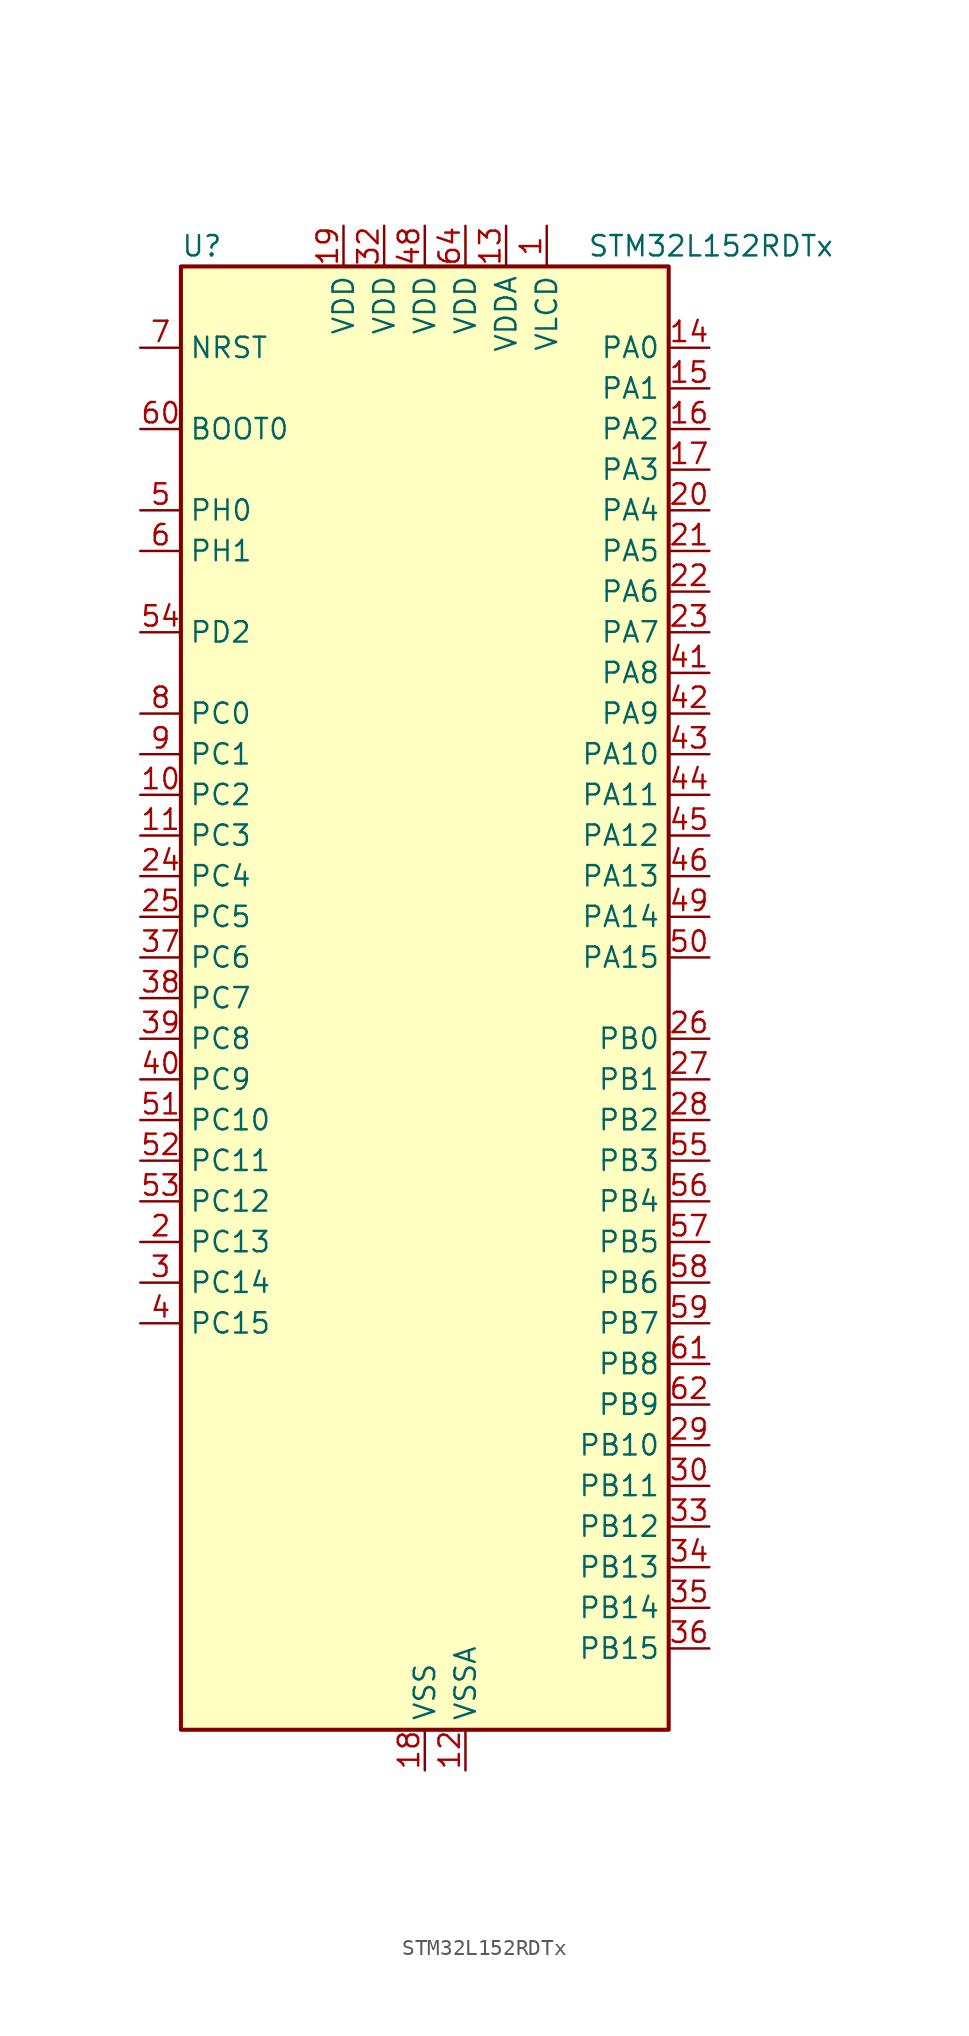
<source format=kicad_sym>
(kicad_symbol_lib
  (version 20241209)
  (generator "kicad_symbol_editor")
  (generator_version "9.0")
  (symbol "STM32L152RDTx"
    (property "Reference" "U"
      (at -15.24 46.99 0)
      (effects (font (size 1.27 1.27)) (justify left)))
    (property "Value" "STM32L152RDTx"
      (at 10.16 46.99 0)
      (effects (font (size 1.27 1.27)) (justify left)))
    (symbol "STM32L152RDTx_0_1"
      (rectangle (start -15.24 -45.72) (end 15.24 45.72) (stroke (width 0.254) (type default)) (fill (type background))))
    (symbol "STM32L152RDTx_1_1"
      (pin input line (at -17.78 40.64 0) (length 2.54) (name "NRST" (effects (font (size 1.27 1.27)))) (number "7" (effects (font (size 1.27 1.27)))))
      (pin input line (at -17.78 35.56 0) (length 2.54) (name "BOOT0" (effects (font (size 1.27 1.27)))) (number "60" (effects (font (size 1.27 1.27)))))
      (pin bidirectional line (at -17.78 30.48 0) (length 2.54) (name "PH0" (effects (font (size 1.27 1.27)))) (number "5" (effects (font (size 1.27 1.27)))) (alternate "RCC_OSC_IN" bidirectional line))
      (pin bidirectional line (at -17.78 27.94 0) (length 2.54) (name "PH1" (effects (font (size 1.27 1.27)))) (number "6" (effects (font (size 1.27 1.27)))) (alternate "RCC_OSC_OUT" bidirectional line))
      (pin bidirectional line (at -17.78 22.86 0) (length 2.54) (name "PD2" (effects (font (size 1.27 1.27)))) (number "54" (effects (font (size 1.27 1.27)))) (alternate "LCD_COM7" bidirectional line) (alternate "LCD_SEG31" bidirectional line) (alternate "LCD_SEG43" bidirectional line) (alternate "SDIO_CMD" bidirectional line) (alternate "TIM3_ETR" bidirectional line) (alternate "TIMX_IC3" bidirectional line) (alternate "UART5_RX" bidirectional line))
      (pin bidirectional line (at -17.78 17.78 0) (length 2.54) (name "PC0" (effects (font (size 1.27 1.27)))) (number "8" (effects (font (size 1.27 1.27)))) (alternate "ADC_IN10" bidirectional line) (alternate "COMP1_INP" bidirectional line) (alternate "LCD_SEG18" bidirectional line) (alternate "TIMX_IC1" bidirectional line) (alternate "TS_G8_IO1" bidirectional line))
      (pin bidirectional line (at -17.78 15.24 0) (length 2.54) (name "PC1" (effects (font (size 1.27 1.27)))) (number "9" (effects (font (size 1.27 1.27)))) (alternate "ADC_IN11" bidirectional line) (alternate "COMP1_INP" bidirectional line) (alternate "LCD_SEG19" bidirectional line) (alternate "OPAMP3_VINP" bidirectional line) (alternate "TIMX_IC2" bidirectional line) (alternate "TS_G8_IO2" bidirectional line))
      (pin bidirectional line (at -17.78 12.7 0) (length 2.54) (name "PC2" (effects (font (size 1.27 1.27)))) (number "10" (effects (font (size 1.27 1.27)))) (alternate "ADC_IN12" bidirectional line) (alternate "COMP1_INP" bidirectional line) (alternate "LCD_SEG20" bidirectional line) (alternate "OPAMP3_VINM" bidirectional line) (alternate "TIMX_IC3" bidirectional line) (alternate "TS_G8_IO3" bidirectional line))
      (pin bidirectional line (at -17.78 10.16 0) (length 2.54) (name "PC3" (effects (font (size 1.27 1.27)))) (number "11" (effects (font (size 1.27 1.27)))) (alternate "ADC_IN13" bidirectional line) (alternate "COMP1_INP" bidirectional line) (alternate "LCD_SEG21" bidirectional line) (alternate "OPAMP3_VOUT" bidirectional line) (alternate "TIMX_IC4" bidirectional line) (alternate "TS_G8_IO4" bidirectional line))
      (pin bidirectional line (at -17.78 7.62 0) (length 2.54) (name "PC4" (effects (font (size 1.27 1.27)))) (number "24" (effects (font (size 1.27 1.27)))) (alternate "ADC_IN14" bidirectional line) (alternate "COMP1_INP" bidirectional line) (alternate "LCD_SEG22" bidirectional line) (alternate "TIMX_IC1" bidirectional line) (alternate "TS_G9_IO1" bidirectional line))
      (pin bidirectional line (at -17.78 5.08 0) (length 2.54) (name "PC5" (effects (font (size 1.27 1.27)))) (number "25" (effects (font (size 1.27 1.27)))) (alternate "ADC_IN15" bidirectional line) (alternate "COMP1_INP" bidirectional line) (alternate "LCD_SEG23" bidirectional line) (alternate "TIMX_IC2" bidirectional line) (alternate "TS_G9_IO2" bidirectional line))
      (pin bidirectional line (at -17.78 2.54 0) (length 2.54) (name "PC6" (effects (font (size 1.27 1.27)))) (number "37" (effects (font (size 1.27 1.27)))) (alternate "I2S2_MCK" bidirectional line) (alternate "LCD_SEG24" bidirectional line) (alternate "SDIO_D6" bidirectional line) (alternate "TIM3_CH1" bidirectional line) (alternate "TIMX_IC3" bidirectional line) (alternate "TS_G10_IO1" bidirectional line))
      (pin bidirectional line (at -17.78 0 0) (length 2.54) (name "PC7" (effects (font (size 1.27 1.27)))) (number "38" (effects (font (size 1.27 1.27)))) (alternate "I2S3_MCK" bidirectional line) (alternate "LCD_SEG25" bidirectional line) (alternate "SDIO_D7" bidirectional line) (alternate "TIM3_CH2" bidirectional line) (alternate "TIMX_IC4" bidirectional line) (alternate "TS_G10_IO2" bidirectional line))
      (pin bidirectional line (at -17.78 -2.54 0) (length 2.54) (name "PC8" (effects (font (size 1.27 1.27)))) (number "39" (effects (font (size 1.27 1.27)))) (alternate "LCD_SEG26" bidirectional line) (alternate "SDIO_D0" bidirectional line) (alternate "TIM3_CH3" bidirectional line) (alternate "TIMX_IC1" bidirectional line) (alternate "TS_G10_IO3" bidirectional line))
      (pin bidirectional line (at -17.78 -5.08 0) (length 2.54) (name "PC9" (effects (font (size 1.27 1.27)))) (number "40" (effects (font (size 1.27 1.27)))) (alternate "DAC_EXTI9" bidirectional line) (alternate "LCD_SEG27" bidirectional line) (alternate "SDIO_D1" bidirectional line) (alternate "TIM3_CH4" bidirectional line) (alternate "TIMX_IC2" bidirectional line) (alternate "TS_G10_IO4" bidirectional line))
      (pin bidirectional line (at -17.78 -7.62 0) (length 2.54) (name "PC10" (effects (font (size 1.27 1.27)))) (number "51" (effects (font (size 1.27 1.27)))) (alternate "I2S3_CK" bidirectional line) (alternate "LCD_COM4" bidirectional line) (alternate "LCD_SEG28" bidirectional line) (alternate "LCD_SEG40" bidirectional line) (alternate "SDIO_D2" bidirectional line) (alternate "SPI3_SCK" bidirectional line) (alternate "TIMX_IC3" bidirectional line) (alternate "UART4_TX" bidirectional line) (alternate "USART3_TX" bidirectional line))
      (pin bidirectional line (at -17.78 -10.16 0) (length 2.54) (name "PC11" (effects (font (size 1.27 1.27)))) (number "52" (effects (font (size 1.27 1.27)))) (alternate "ADC_EXTI11" bidirectional line) (alternate "LCD_COM5" bidirectional line) (alternate "LCD_SEG29" bidirectional line) (alternate "LCD_SEG41" bidirectional line) (alternate "SDIO_D3" bidirectional line) (alternate "SPI3_MISO" bidirectional line) (alternate "TIMX_IC4" bidirectional line) (alternate "UART4_RX" bidirectional line) (alternate "USART3_RX" bidirectional line))
      (pin bidirectional line (at -17.78 -12.7 0) (length 2.54) (name "PC12" (effects (font (size 1.27 1.27)))) (number "53" (effects (font (size 1.27 1.27)))) (alternate "I2S3_SD" bidirectional line) (alternate "LCD_COM6" bidirectional line) (alternate "LCD_SEG30" bidirectional line) (alternate "LCD_SEG42" bidirectional line) (alternate "SDIO_CK" bidirectional line) (alternate "SPI3_MOSI" bidirectional line) (alternate "TIMX_IC1" bidirectional line) (alternate "UART5_TX" bidirectional line) (alternate "USART3_CK" bidirectional line))
      (pin bidirectional line (at -17.78 -15.24 0) (length 2.54) (name "PC13" (effects (font (size 1.27 1.27)))) (number "2" (effects (font (size 1.27 1.27)))) (alternate "RTC_OUT_ALARM" bidirectional line) (alternate "RTC_OUT_CALIB" bidirectional line) (alternate "RTC_TAMP1" bidirectional line) (alternate "RTC_TS" bidirectional line) (alternate "SYS_WKUP2" bidirectional line) (alternate "TIMX_IC2" bidirectional line))
      (pin bidirectional line (at -17.78 -17.78 0) (length 2.54) (name "PC14" (effects (font (size 1.27 1.27)))) (number "3" (effects (font (size 1.27 1.27)))) (alternate "RCC_OSC32_IN" bidirectional line) (alternate "TIMX_IC3" bidirectional line))
      (pin bidirectional line (at -17.78 -20.32 0) (length 2.54) (name "PC15" (effects (font (size 1.27 1.27)))) (number "4" (effects (font (size 1.27 1.27)))) (alternate "ADC_EXTI15" bidirectional line) (alternate "RCC_OSC32_OUT" bidirectional line) (alternate "TIMX_IC4" bidirectional line))
      (pin power_in line (at -5.08 48.26 270) (length 2.54) (name "VDD" (effects (font (size 1.27 1.27)))) (number "19" (effects (font (size 1.27 1.27)))))
      (pin power_in line (at -2.54 48.26 270) (length 2.54) (name "VDD" (effects (font (size 1.27 1.27)))) (number "32" (effects (font (size 1.27 1.27)))))
      (pin power_in line (at 0 48.26 270) (length 2.54) (name "VDD" (effects (font (size 1.27 1.27)))) (number "48" (effects (font (size 1.27 1.27)))))
      (pin power_in line (at 0 -48.26 90) (length 2.54) (name "VSS" (effects (font (size 1.27 1.27)))) (number "18" (effects (font (size 1.27 1.27)))))
      (pin passive line (at 0 -48.26 90) (length 2.54) (hide yes) (name "VSS" (effects (font (size 1.27 1.27)))) (number "31" (effects (font (size 1.27 1.27)))))
      (pin passive line (at 0 -48.26 90) (length 2.54) (hide yes) (name "VSS" (effects (font (size 1.27 1.27)))) (number "47" (effects (font (size 1.27 1.27)))))
      (pin passive line (at 0 -48.26 90) (length 2.54) (hide yes) (name "VSS" (effects (font (size 1.27 1.27)))) (number "63" (effects (font (size 1.27 1.27)))))
      (pin power_in line (at 2.54 48.26 270) (length 2.54) (name "VDD" (effects (font (size 1.27 1.27)))) (number "64" (effects (font (size 1.27 1.27)))))
      (pin power_in line (at 2.54 -48.26 90) (length 2.54) (name "VSSA" (effects (font (size 1.27 1.27)))) (number "12" (effects (font (size 1.27 1.27)))))
      (pin power_in line (at 5.08 48.26 270) (length 2.54) (name "VDDA" (effects (font (size 1.27 1.27)))) (number "13" (effects (font (size 1.27 1.27)))))
      (pin power_in line (at 7.62 48.26 270) (length 2.54) (name "VLCD" (effects (font (size 1.27 1.27)))) (number "1" (effects (font (size 1.27 1.27)))))
      (pin bidirectional line (at 17.78 40.64 180) (length 2.54) (name "PA0" (effects (font (size 1.27 1.27)))) (number "14" (effects (font (size 1.27 1.27)))) (alternate "ADC_IN0" bidirectional line) (alternate "COMP1_INP" bidirectional line) (alternate "RTC_TAMP2" bidirectional line) (alternate "SYS_WKUP1" bidirectional line) (alternate "TIM2_CH1" bidirectional line) (alternate "TIM2_ETR" bidirectional line) (alternate "TIM5_CH1" bidirectional line) (alternate "TIMX_IC1" bidirectional line) (alternate "TS_G1_IO1" bidirectional line) (alternate "USART2_CTS" bidirectional line))
      (pin bidirectional line (at 17.78 38.1 180) (length 2.54) (name "PA1" (effects (font (size 1.27 1.27)))) (number "15" (effects (font (size 1.27 1.27)))) (alternate "ADC_IN1" bidirectional line) (alternate "COMP1_INP" bidirectional line) (alternate "LCD_SEG0" bidirectional line) (alternate "OPAMP1_VINP" bidirectional line) (alternate "TIM2_CH2" bidirectional line) (alternate "TIM5_CH2" bidirectional line) (alternate "TIMX_IC2" bidirectional line) (alternate "TS_G1_IO2" bidirectional line) (alternate "USART2_RTS" bidirectional line))
      (pin bidirectional line (at 17.78 35.56 180) (length 2.54) (name "PA2" (effects (font (size 1.27 1.27)))) (number "16" (effects (font (size 1.27 1.27)))) (alternate "ADC_IN2" bidirectional line) (alternate "COMP1_INP" bidirectional line) (alternate "LCD_SEG1" bidirectional line) (alternate "OPAMP1_VINM" bidirectional line) (alternate "TIM2_CH3" bidirectional line) (alternate "TIM5_CH3" bidirectional line) (alternate "TIM9_CH1" bidirectional line) (alternate "TIMX_IC3" bidirectional line) (alternate "TS_G1_IO3" bidirectional line) (alternate "USART2_TX" bidirectional line))
      (pin bidirectional line (at 17.78 33.02 180) (length 2.54) (name "PA3" (effects (font (size 1.27 1.27)))) (number "17" (effects (font (size 1.27 1.27)))) (alternate "ADC_IN3" bidirectional line) (alternate "COMP1_INP" bidirectional line) (alternate "LCD_SEG2" bidirectional line) (alternate "OPAMP1_VOUT" bidirectional line) (alternate "TIM2_CH4" bidirectional line) (alternate "TIM5_CH4" bidirectional line) (alternate "TIM9_CH2" bidirectional line) (alternate "TIMX_IC4" bidirectional line) (alternate "TS_G1_IO4" bidirectional line) (alternate "USART2_RX" bidirectional line))
      (pin bidirectional line (at 17.78 30.48 180) (length 2.54) (name "PA4" (effects (font (size 1.27 1.27)))) (number "20" (effects (font (size 1.27 1.27)))) (alternate "ADC_IN4" bidirectional line) (alternate "COMP1_INP" bidirectional line) (alternate "DAC_OUT1" bidirectional line) (alternate "I2S3_WS" bidirectional line) (alternate "SPI1_NSS" bidirectional line) (alternate "SPI3_NSS" bidirectional line) (alternate "TIMX_IC1" bidirectional line) (alternate "USART2_CK" bidirectional line))
      (pin bidirectional line (at 17.78 27.94 180) (length 2.54) (name "PA5" (effects (font (size 1.27 1.27)))) (number "21" (effects (font (size 1.27 1.27)))) (alternate "ADC_IN5" bidirectional line) (alternate "COMP1_INP" bidirectional line) (alternate "DAC_OUT2" bidirectional line) (alternate "SPI1_SCK" bidirectional line) (alternate "TIM2_CH1" bidirectional line) (alternate "TIM2_ETR" bidirectional line) (alternate "TIMX_IC2" bidirectional line))
      (pin bidirectional line (at 17.78 25.4 180) (length 2.54) (name "PA6" (effects (font (size 1.27 1.27)))) (number "22" (effects (font (size 1.27 1.27)))) (alternate "ADC_IN6" bidirectional line) (alternate "COMP1_INP" bidirectional line) (alternate "LCD_SEG3" bidirectional line) (alternate "OPAMP2_VINP" bidirectional line) (alternate "SPI1_MISO" bidirectional line) (alternate "TIM10_CH1" bidirectional line) (alternate "TIM3_CH1" bidirectional line) (alternate "TIMX_IC3" bidirectional line) (alternate "TS_G2_IO1" bidirectional line))
      (pin bidirectional line (at 17.78 22.86 180) (length 2.54) (name "PA7" (effects (font (size 1.27 1.27)))) (number "23" (effects (font (size 1.27 1.27)))) (alternate "ADC_IN7" bidirectional line) (alternate "COMP1_INP" bidirectional line) (alternate "LCD_SEG4" bidirectional line) (alternate "OPAMP2_VINM" bidirectional line) (alternate "SPI1_MOSI" bidirectional line) (alternate "TIM11_CH1" bidirectional line) (alternate "TIM3_CH2" bidirectional line) (alternate "TIMX_IC4" bidirectional line) (alternate "TS_G2_IO2" bidirectional line))
      (pin bidirectional line (at 17.78 20.32 180) (length 2.54) (name "PA8" (effects (font (size 1.27 1.27)))) (number "41" (effects (font (size 1.27 1.27)))) (alternate "LCD_COM0" bidirectional line) (alternate "RCC_MCO" bidirectional line) (alternate "TIMX_IC1" bidirectional line) (alternate "TS_G4_IO1" bidirectional line) (alternate "USART1_CK" bidirectional line))
      (pin bidirectional line (at 17.78 17.78 180) (length 2.54) (name "PA9" (effects (font (size 1.27 1.27)))) (number "42" (effects (font (size 1.27 1.27)))) (alternate "DAC_EXTI9" bidirectional line) (alternate "LCD_COM1" bidirectional line) (alternate "TIMX_IC2" bidirectional line) (alternate "TS_G4_IO2" bidirectional line) (alternate "USART1_TX" bidirectional line))
      (pin bidirectional line (at 17.78 15.24 180) (length 2.54) (name "PA10" (effects (font (size 1.27 1.27)))) (number "43" (effects (font (size 1.27 1.27)))) (alternate "LCD_COM2" bidirectional line) (alternate "TIMX_IC3" bidirectional line) (alternate "TS_G4_IO3" bidirectional line) (alternate "USART1_RX" bidirectional line))
      (pin bidirectional line (at 17.78 12.7 180) (length 2.54) (name "PA11" (effects (font (size 1.27 1.27)))) (number "44" (effects (font (size 1.27 1.27)))) (alternate "ADC_EXTI11" bidirectional line) (alternate "SPI1_MISO" bidirectional line) (alternate "TIMX_IC4" bidirectional line) (alternate "USART1_CTS" bidirectional line) (alternate "USB_DM" bidirectional line))
      (pin bidirectional line (at 17.78 10.16 180) (length 2.54) (name "PA12" (effects (font (size 1.27 1.27)))) (number "45" (effects (font (size 1.27 1.27)))) (alternate "SPI1_MOSI" bidirectional line) (alternate "TIMX_IC1" bidirectional line) (alternate "USART1_RTS" bidirectional line) (alternate "USB_DP" bidirectional line))
      (pin bidirectional line (at 17.78 7.62 180) (length 2.54) (name "PA13" (effects (font (size 1.27 1.27)))) (number "46" (effects (font (size 1.27 1.27)))) (alternate "SYS_JTMS-SWDIO" bidirectional line) (alternate "TIMX_IC2" bidirectional line) (alternate "TS_G5_IO1" bidirectional line))
      (pin bidirectional line (at 17.78 5.08 180) (length 2.54) (name "PA14" (effects (font (size 1.27 1.27)))) (number "49" (effects (font (size 1.27 1.27)))) (alternate "SYS_JTCK-SWCLK" bidirectional line) (alternate "TIMX_IC3" bidirectional line) (alternate "TS_G5_IO2" bidirectional line))
      (pin bidirectional line (at 17.78 2.54 180) (length 2.54) (name "PA15" (effects (font (size 1.27 1.27)))) (number "50" (effects (font (size 1.27 1.27)))) (alternate "ADC_EXTI15" bidirectional line) (alternate "I2S3_WS" bidirectional line) (alternate "LCD_SEG17" bidirectional line) (alternate "SPI1_NSS" bidirectional line) (alternate "SPI3_NSS" bidirectional line) (alternate "SYS_JTDI" bidirectional line) (alternate "TIM2_CH1" bidirectional line) (alternate "TIM2_ETR" bidirectional line) (alternate "TIMX_IC4" bidirectional line) (alternate "TS_G5_IO3" bidirectional line))
      (pin bidirectional line (at 17.78 -2.54 180) (length 2.54) (name "PB0" (effects (font (size 1.27 1.27)))) (number "26" (effects (font (size 1.27 1.27)))) (alternate "ADC_IN8" bidirectional line) (alternate "COMP1_INP" bidirectional line) (alternate "LCD_SEG5" bidirectional line) (alternate "OPAMP2_VOUT" bidirectional line) (alternate "SYS_V_REF_OUT" bidirectional line) (alternate "TIM3_CH3" bidirectional line) (alternate "TS_G3_IO1" bidirectional line))
      (pin bidirectional line (at 17.78 -5.08 180) (length 2.54) (name "PB1" (effects (font (size 1.27 1.27)))) (number "27" (effects (font (size 1.27 1.27)))) (alternate "ADC_IN9" bidirectional line) (alternate "COMP1_INP" bidirectional line) (alternate "LCD_SEG6" bidirectional line) (alternate "SYS_V_REF_OUT" bidirectional line) (alternate "TIM3_CH4" bidirectional line) (alternate "TS_G3_IO2" bidirectional line))
      (pin bidirectional line (at 17.78 -7.62 180) (length 2.54) (name "PB2" (effects (font (size 1.27 1.27)))) (number "28" (effects (font (size 1.27 1.27)))) (alternate "TS_G3_IO3" bidirectional line))
      (pin bidirectional line (at 17.78 -10.16 180) (length 2.54) (name "PB3" (effects (font (size 1.27 1.27)))) (number "55" (effects (font (size 1.27 1.27)))) (alternate "COMP2_INM" bidirectional line) (alternate "I2S3_CK" bidirectional line) (alternate "LCD_SEG7" bidirectional line) (alternate "SPI1_SCK" bidirectional line) (alternate "SPI3_SCK" bidirectional line) (alternate "SYS_JTDO-TRACESWO" bidirectional line) (alternate "TIM2_CH2" bidirectional line))
      (pin bidirectional line (at 17.78 -12.7 180) (length 2.54) (name "PB4" (effects (font (size 1.27 1.27)))) (number "56" (effects (font (size 1.27 1.27)))) (alternate "COMP2_INP" bidirectional line) (alternate "LCD_SEG8" bidirectional line) (alternate "SPI1_MISO" bidirectional line) (alternate "SPI3_MISO" bidirectional line) (alternate "SYS_JTRST" bidirectional line) (alternate "TIM3_CH1" bidirectional line) (alternate "TS_G6_IO1" bidirectional line))
      (pin bidirectional line (at 17.78 -15.24 180) (length 2.54) (name "PB5" (effects (font (size 1.27 1.27)))) (number "57" (effects (font (size 1.27 1.27)))) (alternate "COMP2_INP" bidirectional line) (alternate "I2C1_SMBA" bidirectional line) (alternate "I2S3_SD" bidirectional line) (alternate "LCD_SEG9" bidirectional line) (alternate "SPI1_MOSI" bidirectional line) (alternate "SPI3_MOSI" bidirectional line) (alternate "TIM3_CH2" bidirectional line) (alternate "TS_G6_IO2" bidirectional line))
      (pin bidirectional line (at 17.78 -17.78 180) (length 2.54) (name "PB6" (effects (font (size 1.27 1.27)))) (number "58" (effects (font (size 1.27 1.27)))) (alternate "COMP2_INP" bidirectional line) (alternate "I2C1_SCL" bidirectional line) (alternate "TIM4_CH1" bidirectional line) (alternate "TS_G6_IO3" bidirectional line) (alternate "USART1_TX" bidirectional line))
      (pin bidirectional line (at 17.78 -20.32 180) (length 2.54) (name "PB7" (effects (font (size 1.27 1.27)))) (number "59" (effects (font (size 1.27 1.27)))) (alternate "COMP2_INP" bidirectional line) (alternate "I2C1_SDA" bidirectional line) (alternate "SYS_PVD_IN" bidirectional line) (alternate "TIM4_CH2" bidirectional line) (alternate "TS_G6_IO4" bidirectional line) (alternate "USART1_RX" bidirectional line))
      (pin bidirectional line (at 17.78 -22.86 180) (length 2.54) (name "PB8" (effects (font (size 1.27 1.27)))) (number "61" (effects (font (size 1.27 1.27)))) (alternate "I2C1_SCL" bidirectional line) (alternate "LCD_SEG16" bidirectional line) (alternate "SDIO_D4" bidirectional line) (alternate "TIM10_CH1" bidirectional line) (alternate "TIM4_CH3" bidirectional line))
      (pin bidirectional line (at 17.78 -25.4 180) (length 2.54) (name "PB9" (effects (font (size 1.27 1.27)))) (number "62" (effects (font (size 1.27 1.27)))) (alternate "DAC_EXTI9" bidirectional line) (alternate "I2C1_SDA" bidirectional line) (alternate "LCD_COM3" bidirectional line) (alternate "SDIO_D5" bidirectional line) (alternate "TIM11_CH1" bidirectional line) (alternate "TIM4_CH4" bidirectional line))
      (pin bidirectional line (at 17.78 -27.94 180) (length 2.54) (name "PB10" (effects (font (size 1.27 1.27)))) (number "29" (effects (font (size 1.27 1.27)))) (alternate "I2C2_SCL" bidirectional line) (alternate "LCD_SEG10" bidirectional line) (alternate "TIM2_CH3" bidirectional line) (alternate "USART3_TX" bidirectional line))
      (pin bidirectional line (at 17.78 -30.48 180) (length 2.54) (name "PB11" (effects (font (size 1.27 1.27)))) (number "30" (effects (font (size 1.27 1.27)))) (alternate "ADC_EXTI11" bidirectional line) (alternate "I2C2_SDA" bidirectional line) (alternate "LCD_SEG11" bidirectional line) (alternate "TIM2_CH4" bidirectional line) (alternate "USART3_RX" bidirectional line))
      (pin bidirectional line (at 17.78 -33.02 180) (length 2.54) (name "PB12" (effects (font (size 1.27 1.27)))) (number "33" (effects (font (size 1.27 1.27)))) (alternate "ADC_IN18" bidirectional line) (alternate "COMP1_INP" bidirectional line) (alternate "I2C2_SMBA" bidirectional line) (alternate "I2S2_WS" bidirectional line) (alternate "LCD_SEG12" bidirectional line) (alternate "SPI2_NSS" bidirectional line) (alternate "TIM10_CH1" bidirectional line) (alternate "TS_G7_IO1" bidirectional line) (alternate "USART3_CK" bidirectional line))
      (pin bidirectional line (at 17.78 -35.56 180) (length 2.54) (name "PB13" (effects (font (size 1.27 1.27)))) (number "34" (effects (font (size 1.27 1.27)))) (alternate "ADC_IN19" bidirectional line) (alternate "COMP1_INP" bidirectional line) (alternate "I2S2_CK" bidirectional line) (alternate "LCD_SEG13" bidirectional line) (alternate "SPI2_SCK" bidirectional line) (alternate "TIM9_CH1" bidirectional line) (alternate "TS_G7_IO2" bidirectional line) (alternate "USART3_CTS" bidirectional line))
      (pin bidirectional line (at 17.78 -38.1 180) (length 2.54) (name "PB14" (effects (font (size 1.27 1.27)))) (number "35" (effects (font (size 1.27 1.27)))) (alternate "ADC_IN20" bidirectional line) (alternate "COMP1_INP" bidirectional line) (alternate "LCD_SEG14" bidirectional line) (alternate "SPI2_MISO" bidirectional line) (alternate "TIM9_CH2" bidirectional line) (alternate "TS_G7_IO3" bidirectional line) (alternate "USART3_RTS" bidirectional line))
      (pin bidirectional line (at 17.78 -40.64 180) (length 2.54) (name "PB15" (effects (font (size 1.27 1.27)))) (number "36" (effects (font (size 1.27 1.27)))) (alternate "ADC_EXTI15" bidirectional line) (alternate "ADC_IN21" bidirectional line) (alternate "COMP1_INP" bidirectional line) (alternate "I2S2_SD" bidirectional line) (alternate "LCD_SEG15" bidirectional line) (alternate "RTC_REFIN" bidirectional line) (alternate "SPI2_MOSI" bidirectional line) (alternate "TIM11_CH1" bidirectional line) (alternate "TS_G7_IO4" bidirectional line)))))
</source>
